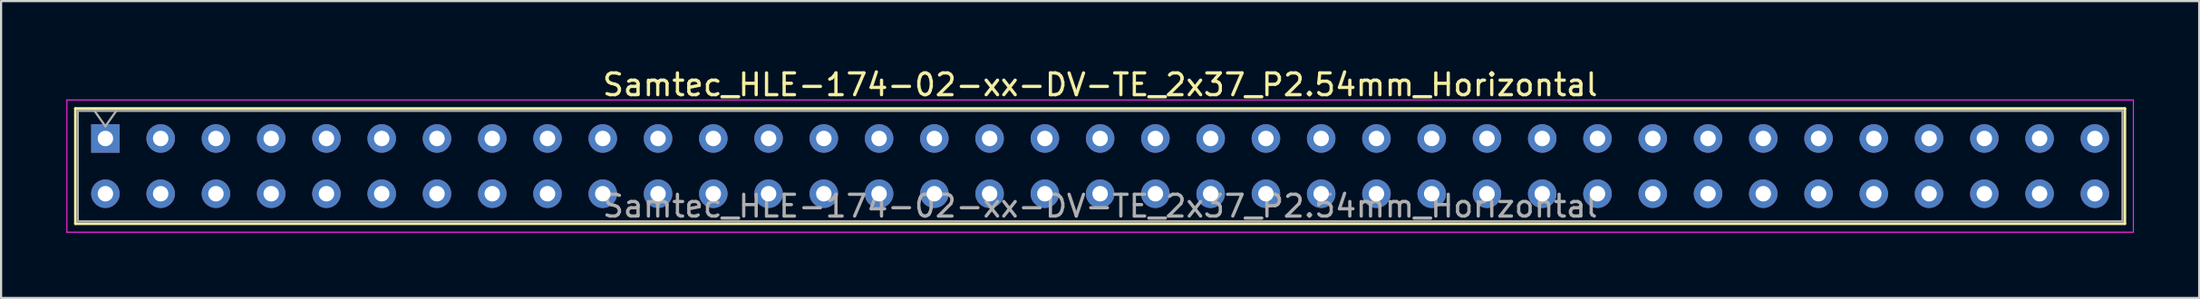
<source format=kicad_pcb>
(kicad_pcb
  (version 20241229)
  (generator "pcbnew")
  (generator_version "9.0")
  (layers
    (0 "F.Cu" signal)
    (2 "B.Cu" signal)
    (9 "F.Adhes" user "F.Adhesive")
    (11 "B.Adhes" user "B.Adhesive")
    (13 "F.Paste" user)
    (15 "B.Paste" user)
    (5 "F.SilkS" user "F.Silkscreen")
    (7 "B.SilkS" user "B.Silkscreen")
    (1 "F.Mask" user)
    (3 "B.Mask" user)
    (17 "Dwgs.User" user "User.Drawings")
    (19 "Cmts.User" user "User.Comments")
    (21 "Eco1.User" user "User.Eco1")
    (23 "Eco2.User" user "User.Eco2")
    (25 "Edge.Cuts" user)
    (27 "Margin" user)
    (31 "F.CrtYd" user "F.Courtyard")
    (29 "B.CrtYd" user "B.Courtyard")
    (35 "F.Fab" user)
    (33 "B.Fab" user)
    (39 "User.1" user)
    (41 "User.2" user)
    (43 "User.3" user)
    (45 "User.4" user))
  (footprint "Samtec_HLE-174-02-xx-DV-TE_2x37_P2.54mm_Horizontal"
    (layer "F.Cu")
    (at 1.795 3.318)
    (property "Reference" "Samtec_HLE-174-02-xx-DV-TE_2x37_P2.54mm_Horizontal" (at 45.72 -2.47 0) (layer "F.SilkS") (effects (font (size 1 1) (thickness 0.15))))
    (attr through_hole)
    (fp_line (start -1.38 -1.38) (end 92.82 -1.38) (stroke (width 0.12) (type solid)) (layer "F.SilkS"))
    (fp_line (start -1.38 3.92) (end -1.38 -1.38) (stroke (width 0.12) (type solid)) (layer "F.SilkS"))
    (fp_line (start 92.82 -1.38) (end 92.82 3.92) (stroke (width 0.12) (type solid)) (layer "F.SilkS"))
    (fp_line (start 92.82 3.92) (end -1.38 3.92) (stroke (width 0.12) (type solid)) (layer "F.SilkS"))
    (fp_line (start -1.77 -1.77) (end 93.21 -1.77) (stroke (width 0.05) (type solid)) (layer "F.CrtYd"))
    (fp_line (start -1.77 4.31) (end -1.77 -1.77) (stroke (width 0.05) (type solid)) (layer "F.CrtYd"))
    (fp_line (start 93.21 -1.77) (end 93.21 4.31) (stroke (width 0.05) (type solid)) (layer "F.CrtYd"))
    (fp_line (start 93.21 4.31) (end -1.77 4.31) (stroke (width 0.05) (type solid)) (layer "F.CrtYd"))
    (fp_line (start -1.27 -1.27) (end 92.71 -1.27) (stroke (width 0.1) (type solid)) (layer "F.Fab"))
    (fp_line (start -1.27 3.81) (end -1.27 -1.27) (stroke (width 0.1) (type solid)) (layer "F.Fab"))
    (fp_line (start -0.5 -1.27) (end 0 -0.563) (stroke (width 0.1) (type solid)) (layer "F.Fab"))
    (fp_line (start 0 -0.563) (end 0.5 -1.27) (stroke (width 0.1) (type solid)) (layer "F.Fab"))
    (fp_line (start 92.71 -1.27) (end 92.71 3.81) (stroke (width 0.1) (type solid)) (layer "F.Fab"))
    (fp_line (start 92.71 3.81) (end -1.27 3.81) (stroke (width 0.1) (type solid)) (layer "F.Fab"))
    (fp_text user "${REFERENCE}" (at 45.72 3.11 0) (layer "F.Fab") (effects (font (size 1 1) (thickness 0.15))))
    (pad "1" thru_hole rect (at 0 0) (size 1.31 1.31) (drill 0.71) (layers "*.Cu" "*.Mask"))
    (pad "2" thru_hole circle (at 0 2.54) (size 1.31 1.31) (drill 0.71) (layers "*.Cu" "*.Mask"))
    (pad "3" thru_hole circle (at 2.54 0) (size 1.31 1.31) (drill 0.71) (layers "*.Cu" "*.Mask"))
    (pad "4" thru_hole circle (at 2.54 2.54) (size 1.31 1.31) (drill 0.71) (layers "*.Cu" "*.Mask"))
    (pad "5" thru_hole circle (at 5.08 0) (size 1.31 1.31) (drill 0.71) (layers "*.Cu" "*.Mask"))
    (pad "6" thru_hole circle (at 5.08 2.54) (size 1.31 1.31) (drill 0.71) (layers "*.Cu" "*.Mask"))
    (pad "7" thru_hole circle (at 7.62 0) (size 1.31 1.31) (drill 0.71) (layers "*.Cu" "*.Mask"))
    (pad "8" thru_hole circle (at 7.62 2.54) (size 1.31 1.31) (drill 0.71) (layers "*.Cu" "*.Mask"))
    (pad "9" thru_hole circle (at 10.16 0) (size 1.31 1.31) (drill 0.71) (layers "*.Cu" "*.Mask"))
    (pad "10" thru_hole circle (at 10.16 2.54) (size 1.31 1.31) (drill 0.71) (layers "*.Cu" "*.Mask"))
    (pad "11" thru_hole circle (at 12.7 0) (size 1.31 1.31) (drill 0.71) (layers "*.Cu" "*.Mask"))
    (pad "12" thru_hole circle (at 12.7 2.54) (size 1.31 1.31) (drill 0.71) (layers "*.Cu" "*.Mask"))
    (pad "13" thru_hole circle (at 15.24 0) (size 1.31 1.31) (drill 0.71) (layers "*.Cu" "*.Mask"))
    (pad "14" thru_hole circle (at 15.24 2.54) (size 1.31 1.31) (drill 0.71) (layers "*.Cu" "*.Mask"))
    (pad "15" thru_hole circle (at 17.78 0) (size 1.31 1.31) (drill 0.71) (layers "*.Cu" "*.Mask"))
    (pad "16" thru_hole circle (at 17.78 2.54) (size 1.31 1.31) (drill 0.71) (layers "*.Cu" "*.Mask"))
    (pad "17" thru_hole circle (at 20.32 0) (size 1.31 1.31) (drill 0.71) (layers "*.Cu" "*.Mask"))
    (pad "18" thru_hole circle (at 20.32 2.54) (size 1.31 1.31) (drill 0.71) (layers "*.Cu" "*.Mask"))
    (pad "19" thru_hole circle (at 22.86 0) (size 1.31 1.31) (drill 0.71) (layers "*.Cu" "*.Mask"))
    (pad "20" thru_hole circle (at 22.86 2.54) (size 1.31 1.31) (drill 0.71) (layers "*.Cu" "*.Mask"))
    (pad "21" thru_hole circle (at 25.4 0) (size 1.31 1.31) (drill 0.71) (layers "*.Cu" "*.Mask"))
    (pad "22" thru_hole circle (at 25.4 2.54) (size 1.31 1.31) (drill 0.71) (layers "*.Cu" "*.Mask"))
    (pad "23" thru_hole circle (at 27.94 0) (size 1.31 1.31) (drill 0.71) (layers "*.Cu" "*.Mask"))
    (pad "24" thru_hole circle (at 27.94 2.54) (size 1.31 1.31) (drill 0.71) (layers "*.Cu" "*.Mask"))
    (pad "25" thru_hole circle (at 30.48 0) (size 1.31 1.31) (drill 0.71) (layers "*.Cu" "*.Mask"))
    (pad "26" thru_hole circle (at 30.48 2.54) (size 1.31 1.31) (drill 0.71) (layers "*.Cu" "*.Mask"))
    (pad "27" thru_hole circle (at 33.02 0) (size 1.31 1.31) (drill 0.71) (layers "*.Cu" "*.Mask"))
    (pad "28" thru_hole circle (at 33.02 2.54) (size 1.31 1.31) (drill 0.71) (layers "*.Cu" "*.Mask"))
    (pad "29" thru_hole circle (at 35.56 0) (size 1.31 1.31) (drill 0.71) (layers "*.Cu" "*.Mask"))
    (pad "30" thru_hole circle (at 35.56 2.54) (size 1.31 1.31) (drill 0.71) (layers "*.Cu" "*.Mask"))
    (pad "31" thru_hole circle (at 38.1 0) (size 1.31 1.31) (drill 0.71) (layers "*.Cu" "*.Mask"))
    (pad "32" thru_hole circle (at 38.1 2.54) (size 1.31 1.31) (drill 0.71) (layers "*.Cu" "*.Mask"))
    (pad "33" thru_hole circle (at 40.64 0) (size 1.31 1.31) (drill 0.71) (layers "*.Cu" "*.Mask"))
    (pad "34" thru_hole circle (at 40.64 2.54) (size 1.31 1.31) (drill 0.71) (layers "*.Cu" "*.Mask"))
    (pad "35" thru_hole circle (at 43.18 0) (size 1.31 1.31) (drill 0.71) (layers "*.Cu" "*.Mask"))
    (pad "36" thru_hole circle (at 43.18 2.54) (size 1.31 1.31) (drill 0.71) (layers "*.Cu" "*.Mask"))
    (pad "37" thru_hole circle (at 45.72 0) (size 1.31 1.31) (drill 0.71) (layers "*.Cu" "*.Mask"))
    (pad "38" thru_hole circle (at 45.72 2.54) (size 1.31 1.31) (drill 0.71) (layers "*.Cu" "*.Mask"))
    (pad "39" thru_hole circle (at 48.26 0) (size 1.31 1.31) (drill 0.71) (layers "*.Cu" "*.Mask"))
    (pad "40" thru_hole circle (at 48.26 2.54) (size 1.31 1.31) (drill 0.71) (layers "*.Cu" "*.Mask"))
    (pad "41" thru_hole circle (at 50.8 0) (size 1.31 1.31) (drill 0.71) (layers "*.Cu" "*.Mask"))
    (pad "42" thru_hole circle (at 50.8 2.54) (size 1.31 1.31) (drill 0.71) (layers "*.Cu" "*.Mask"))
    (pad "43" thru_hole circle (at 53.34 0) (size 1.31 1.31) (drill 0.71) (layers "*.Cu" "*.Mask"))
    (pad "44" thru_hole circle (at 53.34 2.54) (size 1.31 1.31) (drill 0.71) (layers "*.Cu" "*.Mask"))
    (pad "45" thru_hole circle (at 55.88 0) (size 1.31 1.31) (drill 0.71) (layers "*.Cu" "*.Mask"))
    (pad "46" thru_hole circle (at 55.88 2.54) (size 1.31 1.31) (drill 0.71) (layers "*.Cu" "*.Mask"))
    (pad "47" thru_hole circle (at 58.42 0) (size 1.31 1.31) (drill 0.71) (layers "*.Cu" "*.Mask"))
    (pad "48" thru_hole circle (at 58.42 2.54) (size 1.31 1.31) (drill 0.71) (layers "*.Cu" "*.Mask"))
    (pad "49" thru_hole circle (at 60.96 0) (size 1.31 1.31) (drill 0.71) (layers "*.Cu" "*.Mask"))
    (pad "50" thru_hole circle (at 60.96 2.54) (size 1.31 1.31) (drill 0.71) (layers "*.Cu" "*.Mask"))
    (pad "51" thru_hole circle (at 63.5 0) (size 1.31 1.31) (drill 0.71) (layers "*.Cu" "*.Mask"))
    (pad "52" thru_hole circle (at 63.5 2.54) (size 1.31 1.31) (drill 0.71) (layers "*.Cu" "*.Mask"))
    (pad "53" thru_hole circle (at 66.04 0) (size 1.31 1.31) (drill 0.71) (layers "*.Cu" "*.Mask"))
    (pad "54" thru_hole circle (at 66.04 2.54) (size 1.31 1.31) (drill 0.71) (layers "*.Cu" "*.Mask"))
    (pad "55" thru_hole circle (at 68.58 0) (size 1.31 1.31) (drill 0.71) (layers "*.Cu" "*.Mask"))
    (pad "56" thru_hole circle (at 68.58 2.54) (size 1.31 1.31) (drill 0.71) (layers "*.Cu" "*.Mask"))
    (pad "57" thru_hole circle (at 71.12 0) (size 1.31 1.31) (drill 0.71) (layers "*.Cu" "*.Mask"))
    (pad "58" thru_hole circle (at 71.12 2.54) (size 1.31 1.31) (drill 0.71) (layers "*.Cu" "*.Mask"))
    (pad "59" thru_hole circle (at 73.66 0) (size 1.31 1.31) (drill 0.71) (layers "*.Cu" "*.Mask"))
    (pad "60" thru_hole circle (at 73.66 2.54) (size 1.31 1.31) (drill 0.71) (layers "*.Cu" "*.Mask"))
    (pad "61" thru_hole circle (at 76.2 0) (size 1.31 1.31) (drill 0.71) (layers "*.Cu" "*.Mask"))
    (pad "62" thru_hole circle (at 76.2 2.54) (size 1.31 1.31) (drill 0.71) (layers "*.Cu" "*.Mask"))
    (pad "63" thru_hole circle (at 78.74 0) (size 1.31 1.31) (drill 0.71) (layers "*.Cu" "*.Mask"))
    (pad "64" thru_hole circle (at 78.74 2.54) (size 1.31 1.31) (drill 0.71) (layers "*.Cu" "*.Mask"))
    (pad "65" thru_hole circle (at 81.28 0) (size 1.31 1.31) (drill 0.71) (layers "*.Cu" "*.Mask"))
    (pad "66" thru_hole circle (at 81.28 2.54) (size 1.31 1.31) (drill 0.71) (layers "*.Cu" "*.Mask"))
    (pad "67" thru_hole circle (at 83.82 0) (size 1.31 1.31) (drill 0.71) (layers "*.Cu" "*.Mask"))
    (pad "68" thru_hole circle (at 83.82 2.54) (size 1.31 1.31) (drill 0.71) (layers "*.Cu" "*.Mask"))
    (pad "69" thru_hole circle (at 86.36 0) (size 1.31 1.31) (drill 0.71) (layers "*.Cu" "*.Mask"))
    (pad "70" thru_hole circle (at 86.36 2.54) (size 1.31 1.31) (drill 0.71) (layers "*.Cu" "*.Mask"))
    (pad "71" thru_hole circle (at 88.9 0) (size 1.31 1.31) (drill 0.71) (layers "*.Cu" "*.Mask"))
    (pad "72" thru_hole circle (at 88.9 2.54) (size 1.31 1.31) (drill 0.71) (layers "*.Cu" "*.Mask"))
    (pad "73" thru_hole circle (at 91.44 0) (size 1.31 1.31) (drill 0.71) (layers "*.Cu" "*.Mask"))
    (pad "74" thru_hole circle (at 91.44 2.54) (size 1.31 1.31) (drill 0.71) (layers "*.Cu" "*.Mask")))
  (gr_rect
    (start -3 -3)
    (end 98.03 10.653)
    (stroke (width 0.1) (type default))
    (fill no)
    (layer "Edge.Cuts")))
</source>
